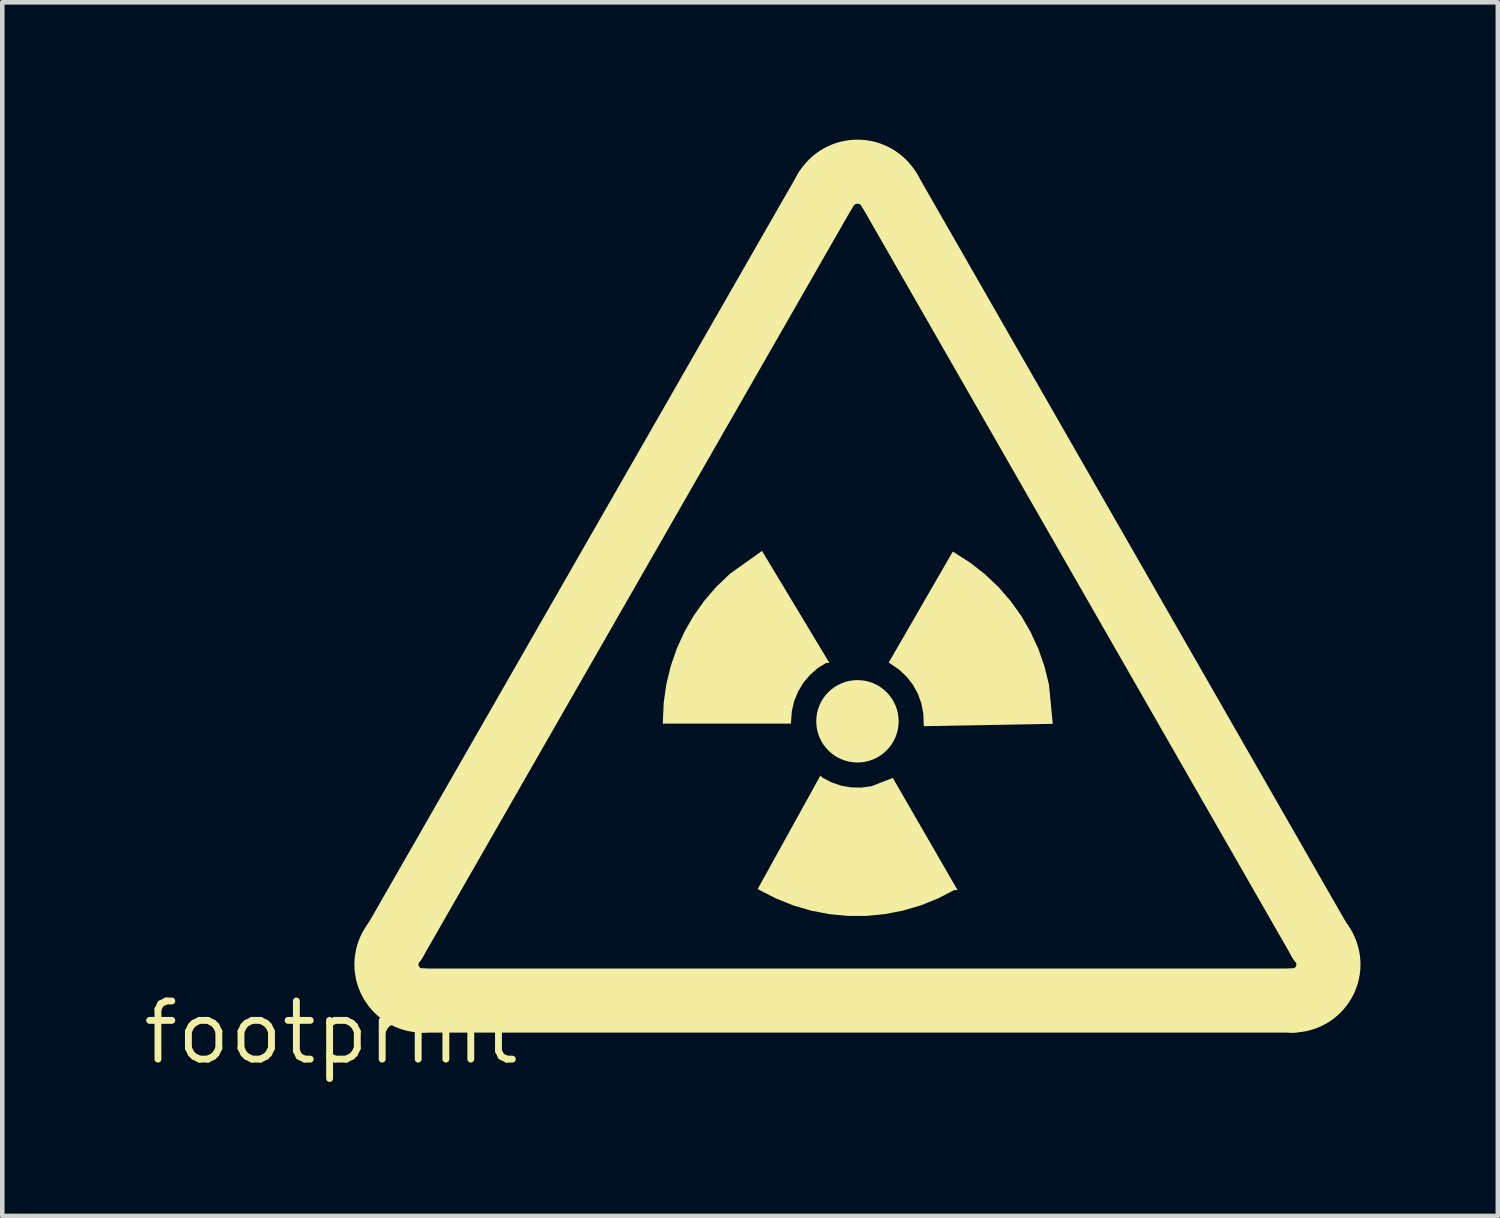
<source format=kicad_pcb>
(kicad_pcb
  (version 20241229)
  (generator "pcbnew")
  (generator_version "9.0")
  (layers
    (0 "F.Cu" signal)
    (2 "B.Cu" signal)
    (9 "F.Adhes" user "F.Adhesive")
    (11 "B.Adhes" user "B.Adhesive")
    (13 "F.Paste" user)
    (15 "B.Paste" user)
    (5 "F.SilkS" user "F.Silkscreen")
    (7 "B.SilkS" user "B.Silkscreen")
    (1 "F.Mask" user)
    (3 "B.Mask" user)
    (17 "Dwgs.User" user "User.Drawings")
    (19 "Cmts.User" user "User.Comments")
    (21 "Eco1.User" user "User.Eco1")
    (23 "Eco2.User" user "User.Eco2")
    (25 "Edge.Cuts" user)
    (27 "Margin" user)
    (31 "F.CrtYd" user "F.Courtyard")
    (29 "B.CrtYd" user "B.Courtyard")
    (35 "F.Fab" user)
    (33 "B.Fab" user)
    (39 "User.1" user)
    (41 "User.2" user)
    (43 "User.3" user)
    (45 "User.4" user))
  (footprint "footprint"
    (layer "F.Cu")
    (at 4.18 19.506)
    (property "Reference" "footprint" (at 0 0 0) (layer "F.SilkS") (effects (font (size 1.27 1.27) (thickness 0.15))))
    (fp_line (start 1.4 -2) (end 10.8 -18.4) (stroke (width 1.4) (type solid)) (layer "F.SilkS"))
    (fp_line (start 2 -0.7) (end 21 -0.7) (stroke (width 1.4) (type solid)) (layer "F.SilkS"))
    (fp_line (start 21.6 -2) (end 12.2 -18.4) (stroke (width 1.4) (type solid)) (layer "F.SilkS"))
    (fp_arc (start 2 -0.7) (mid 1.284109 -1.158049) (end 1.399999 -1.999998) (stroke (width 1.4) (type solid)) (layer "F.SilkS"))
    (fp_arc (start 10.799999 -18.399998) (mid 11.499999 -18.805621) (end 12.2 -18.4) (stroke (width 1.4) (type solid)) (layer "F.SilkS"))
    (fp_arc (start 21.6 -1.999999) (mid 21.715891 -1.15805) (end 21 -0.7) (stroke (width 1.4) (type solid)) (layer "F.SilkS"))
    (fp_circle (center 11.5 -6.8) (end 11.95 -6.8) (stroke (width 0.9) (type solid)) (fill yes) (layer "F.SilkS"))
    (fp_poly (pts (xy 10.888 -8.075) (xy 10.814 -8.075) (xy 10.633 -7.961) (xy 10.464 -7.814) (xy 10.319 -7.642) (xy 10.203 -7.45) (xy 10.118 -7.242) (xy 10.067 -7.024) (xy 10.046 -6.75) (xy 7.248 -6.75) (xy 7.268 -7.205) (xy 7.325 -7.607) (xy 7.42 -8.001) (xy 7.552 -8.384) (xy 7.72 -8.754) (xy 7.922 -9.105) (xy 8.157 -9.436) (xy 8.422 -9.743) (xy 8.716 -10.024) (xy 9.415 -10.522)) (stroke (width 0) (type solid)) (fill yes) (layer "F.SilkS"))
    (fp_poly (pts (xy 10.733 -5.572) (xy 10.928 -5.468) (xy 11.14 -5.395) (xy 11.361 -5.356) (xy 11.585 -5.352) (xy 11.806 -5.382) (xy 12.272 -5.563) (xy 13.687 -3.113) (xy 13.612 -3.113) (xy 13.265 -2.933) (xy 12.889 -2.781) (xy 12.5 -2.666) (xy 12.102 -2.589) (xy 11.698 -2.549) (xy 11.293 -2.549) (xy 10.889 -2.587) (xy 10.491 -2.663) (xy 10.101 -2.777) (xy 9.725 -2.927) (xy 9.32 -3.135) (xy 10.691 -5.614)) (stroke (width 0) (type solid)) (fill yes) (layer "F.SilkS"))
    (fp_poly (pts (xy 13.967 -10.262) (xy 14.286 -10.012) (xy 14.58 -9.733) (xy 14.846 -9.427) (xy 15.082 -9.097) (xy 15.285 -8.746) (xy 15.454 -8.377) (xy 15.587 -7.994) (xy 15.684 -7.599) (xy 15.766 -6.745) (xy 13.047 -6.695) (xy 13.047 -6.695) (xy 12.949 -6.693) (xy 12.939 -6.97) (xy 12.896 -7.19) (xy 12.82 -7.401) (xy 12.712 -7.598) (xy 12.574 -7.775) (xy 12.41 -7.929) (xy 12.184 -8.084) (xy 13.583 -10.508)) (stroke (width 0) (type solid)) (fill yes) (layer "F.SilkS")))
  (gr_rect
    (start -3 -3)
    (end 29.669 23.512)
    (stroke (width 0.1) (type default))
    (fill no)
    (layer "Edge.Cuts")))
</source>
